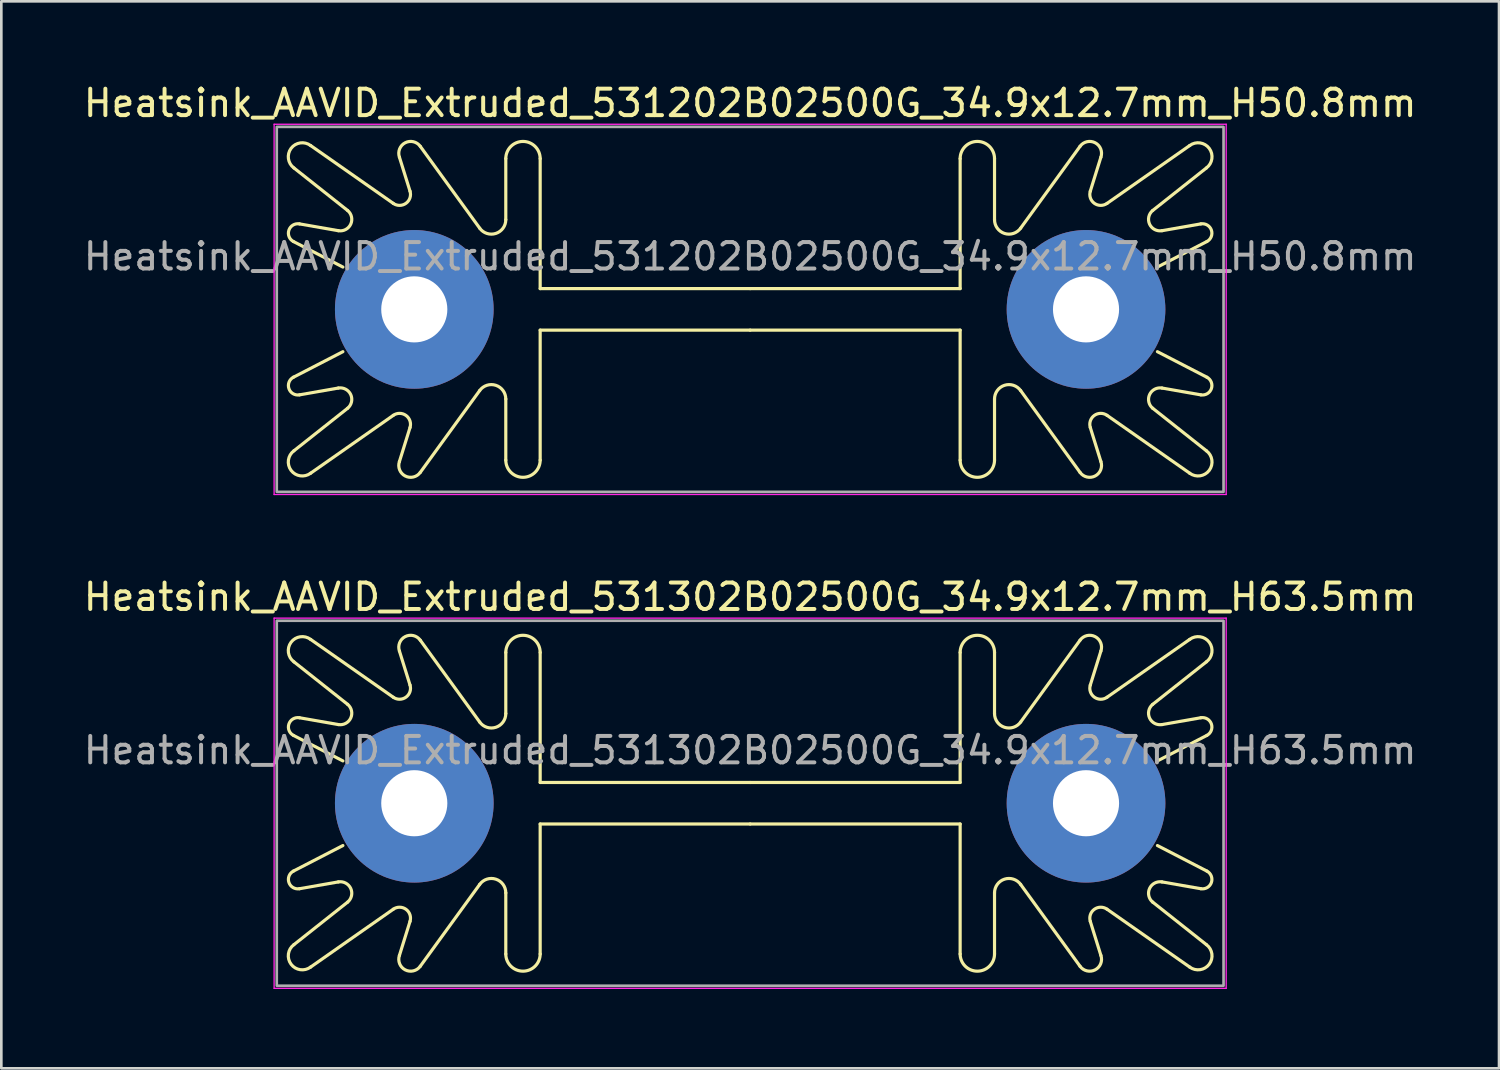
<source format=kicad_pcb>
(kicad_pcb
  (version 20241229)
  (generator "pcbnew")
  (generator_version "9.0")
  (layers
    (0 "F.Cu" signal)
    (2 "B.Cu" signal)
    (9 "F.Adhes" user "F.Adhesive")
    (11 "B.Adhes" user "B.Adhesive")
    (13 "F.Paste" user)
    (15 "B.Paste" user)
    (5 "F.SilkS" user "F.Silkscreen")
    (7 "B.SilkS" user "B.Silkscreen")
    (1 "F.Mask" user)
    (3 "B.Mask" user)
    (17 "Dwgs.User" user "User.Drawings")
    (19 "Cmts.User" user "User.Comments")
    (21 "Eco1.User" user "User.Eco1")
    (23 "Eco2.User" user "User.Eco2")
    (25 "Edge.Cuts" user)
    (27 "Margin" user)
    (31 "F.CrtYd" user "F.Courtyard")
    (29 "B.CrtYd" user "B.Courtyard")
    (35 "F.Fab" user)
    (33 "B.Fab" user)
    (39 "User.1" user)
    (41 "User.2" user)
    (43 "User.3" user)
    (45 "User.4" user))
  (footprint "Heatsink_AAVID_Extruded_531202B02500G_34.9x12.7mm_H50.8mm"
    (layer "F.Cu")
    (at 25.315 8.648)
    (property "Reference" "Heatsink_AAVID_Extruded_531202B02500G_34.9x12.7mm_H50.8mm" (at 0 -7.8 0) (layer "F.SilkS") (effects (font (size 1 1) (thickness 0.15))))
    (attr through_hole)
    (fp_line (start -17.251 -5.347) (end -15.22 -3.738) (stroke (width 0.12) (type default)) (layer "F.SilkS"))
    (fp_line (start -17.251 5.347) (end -15.22 3.738) (stroke (width 0.12) (type default)) (layer "F.SilkS"))
    (fp_line (start -17.041 -3.232) (end -15.573 -2.975) (stroke (width 0.12) (type default)) (layer "F.SilkS"))
    (fp_line (start -17.041 3.232) (end -15.573 2.975) (stroke (width 0.12) (type default)) (layer "F.SilkS"))
    (fp_line (start -16.62 -6.195) (end -13.494 -4.007) (stroke (width 0.12) (type default)) (layer "F.SilkS"))
    (fp_line (start -16.62 6.195) (end -13.494 4.007) (stroke (width 0.12) (type default)) (layer "F.SilkS"))
    (fp_line (start -15.4 -1.6) (end -17.269 -2.565) (stroke (width 0.12) (type default)) (layer "F.SilkS"))
    (fp_line (start -15.4 1.6) (end -17.269 2.565) (stroke (width 0.12) (type default)) (layer "F.SilkS"))
    (fp_line (start -13.262 -5.755) (end -12.861 -4.467) (stroke (width 0.12) (type default)) (layer "F.SilkS"))
    (fp_line (start -13.262 5.755) (end -12.861 4.467) (stroke (width 0.12) (type default)) (layer "F.SilkS"))
    (fp_line (start -12.474 -6.165) (end -10.227 -3.07) (stroke (width 0.12) (type default)) (layer "F.SilkS"))
    (fp_line (start -12.474 6.165) (end -10.227 3.07) (stroke (width 0.12) (type default)) (layer "F.SilkS"))
    (fp_line (start -9.24 -3.39) (end -9.24 -5.7) (stroke (width 0.12) (type default)) (layer "F.SilkS"))
    (fp_line (start -9.24 3.39) (end -9.24 5.7) (stroke (width 0.12) (type default)) (layer "F.SilkS"))
    (fp_line (start -7.94 -5.7) (end -7.94 -0.785) (stroke (width 0.12) (type default)) (layer "F.SilkS"))
    (fp_line (start -7.94 -0.785) (end 0 -0.785) (stroke (width 0.12) (type default)) (layer "F.SilkS"))
    (fp_line (start -7.94 0.785) (end 0 0.785) (stroke (width 0.12) (type default)) (layer "F.SilkS"))
    (fp_line (start -7.94 5.7) (end -7.94 0.785) (stroke (width 0.12) (type default)) (layer "F.SilkS"))
    (fp_line (start 7.94 -5.7) (end 7.94 -0.785) (stroke (width 0.12) (type default)) (layer "F.SilkS"))
    (fp_line (start 7.94 -0.785) (end 0 -0.785) (stroke (width 0.12) (type default)) (layer "F.SilkS"))
    (fp_line (start 7.94 0.785) (end 0 0.785) (stroke (width 0.12) (type default)) (layer "F.SilkS"))
    (fp_line (start 7.94 5.7) (end 7.94 0.785) (stroke (width 0.12) (type default)) (layer "F.SilkS"))
    (fp_line (start 9.24 -3.39) (end 9.24 -5.7) (stroke (width 0.12) (type default)) (layer "F.SilkS"))
    (fp_line (start 9.24 3.39) (end 9.24 5.7) (stroke (width 0.12) (type default)) (layer "F.SilkS"))
    (fp_line (start 12.474 -6.165) (end 10.227 -3.07) (stroke (width 0.12) (type default)) (layer "F.SilkS"))
    (fp_line (start 12.474 6.165) (end 10.227 3.07) (stroke (width 0.12) (type default)) (layer "F.SilkS"))
    (fp_line (start 13.262 -5.755) (end 12.861 -4.467) (stroke (width 0.12) (type default)) (layer "F.SilkS"))
    (fp_line (start 13.262 5.755) (end 12.861 4.467) (stroke (width 0.12) (type default)) (layer "F.SilkS"))
    (fp_line (start 15.4 -1.6) (end 17.269 -2.565) (stroke (width 0.12) (type default)) (layer "F.SilkS"))
    (fp_line (start 15.4 1.6) (end 17.269 2.565) (stroke (width 0.12) (type default)) (layer "F.SilkS"))
    (fp_line (start 16.62 -6.195) (end 13.494 -4.007) (stroke (width 0.12) (type default)) (layer "F.SilkS"))
    (fp_line (start 16.62 6.195) (end 13.494 4.007) (stroke (width 0.12) (type default)) (layer "F.SilkS"))
    (fp_line (start 17.041 -3.232) (end 15.573 -2.975) (stroke (width 0.12) (type default)) (layer "F.SilkS"))
    (fp_line (start 17.041 3.232) (end 15.573 2.975) (stroke (width 0.12) (type default)) (layer "F.SilkS"))
    (fp_line (start 17.251 -5.347) (end 15.22 -3.738) (stroke (width 0.12) (type default)) (layer "F.SilkS"))
    (fp_line (start 17.251 5.347) (end 15.22 3.738) (stroke (width 0.12) (type default)) (layer "F.SilkS"))
    (fp_arc (start -17.269214 -2.565036) (mid -17.440597 -2.996056) (end -17.041391 -3.232244) (stroke (width 0.12) (type default)) (layer "F.SilkS"))
    (fp_arc (start -17.251322 -5.347047) (mid -17.35513 -6.083544) (end -16.619722 -6.194806) (stroke (width 0.12) (type default)) (layer "F.SilkS"))
    (fp_arc (start -17.041391 3.232244) (mid -17.440597 2.996056) (end -17.269214 2.565036) (stroke (width 0.12) (type default)) (layer "F.SilkS"))
    (fp_arc (start -16.619722 6.194806) (mid -17.35513 6.083544) (end -17.251322 5.347047) (stroke (width 0.12) (type default)) (layer "F.SilkS"))
    (fp_arc (start -15.573285 2.975325) (mid -15.103475 3.221267) (end -15.220495 3.738486) (stroke (width 0.12) (type default)) (layer "F.SilkS"))
    (fp_arc (start -15.220495 -3.738486) (mid -15.103476 -3.221268) (end -15.573285 -2.975325) (stroke (width 0.12) (type default)) (layer "F.SilkS"))
    (fp_arc (start -13.494196 4.006938) (mid -13.013649 4.011159) (end -12.86112 4.466876) (stroke (width 0.12) (type default)) (layer "F.SilkS"))
    (fp_arc (start -13.262222 -5.754806) (mid -13.044559 -6.299541) (end -12.473631 -6.164803) (stroke (width 0.12) (type default)) (layer "F.SilkS"))
    (fp_arc (start -12.86112 -4.466876) (mid -13.013649 -4.011159) (end -13.494196 -4.006938) (stroke (width 0.12) (type default)) (layer "F.SilkS"))
    (fp_arc (start -12.473631 6.164803) (mid -13.044559 6.299541) (end -13.262222 5.754806) (stroke (width 0.12) (type default)) (layer "F.SilkS"))
    (fp_arc (start -10.227108 3.069551) (mid -9.617107 2.871094) (end -9.24 3.390015) (stroke (width 0.12) (type default)) (layer "F.SilkS"))
    (fp_arc (start -9.24 -5.700005) (mid -8.589998 -6.34999) (end -7.94 -5.7) (stroke (width 0.12) (type default)) (layer "F.SilkS"))
    (fp_arc (start -9.24 -3.390015) (mid -9.617106 -2.871091) (end -10.227108 -3.069551) (stroke (width 0.12) (type default)) (layer "F.SilkS"))
    (fp_arc (start -7.94 5.7) (mid -8.589998 6.34999) (end -9.24 5.700005) (stroke (width 0.12) (type default)) (layer "F.SilkS"))
    (fp_arc (start 7.94 -5.7) (mid 8.589997 -6.35) (end 9.24 -5.700005) (stroke (width 0.12) (type default)) (layer "F.SilkS"))
    (fp_arc (start 9.24 3.390015) (mid 9.617118 2.871065) (end 10.227108 3.069551) (stroke (width 0.12) (type default)) (layer "F.SilkS"))
    (fp_arc (start 9.24 5.700005) (mid 8.589998 6.35) (end 7.94 5.7) (stroke (width 0.12) (type default)) (layer "F.SilkS"))
    (fp_arc (start 10.227108 -3.069551) (mid 9.617136 -2.87112) (end 9.24 -3.390015) (stroke (width 0.12) (type default)) (layer "F.SilkS"))
    (fp_arc (start 12.473631 -6.164803) (mid 13.044573 -6.29957) (end 13.262222 -5.754806) (stroke (width 0.12) (type default)) (layer "F.SilkS"))
    (fp_arc (start 12.86112 4.466876) (mid 13.013648 4.011156) (end 13.494196 4.006938) (stroke (width 0.12) (type default)) (layer "F.SilkS"))
    (fp_arc (start 13.262222 5.754806) (mid 13.044557 6.299538) (end 12.473631 6.164803) (stroke (width 0.12) (type default)) (layer "F.SilkS"))
    (fp_arc (start 13.494196 -4.006938) (mid 13.013654 -4.011181) (end 12.86112 -4.466876) (stroke (width 0.12) (type default)) (layer "F.SilkS"))
    (fp_arc (start 15.220495 3.738486) (mid 15.103486 3.221284) (end 15.573285 2.975325) (stroke (width 0.12) (type default)) (layer "F.SilkS"))
    (fp_arc (start 15.573285 -2.975325) (mid 15.103462 -3.221272) (end 15.220495 -3.738486) (stroke (width 0.12) (type default)) (layer "F.SilkS"))
    (fp_arc (start 16.619722 -6.194806) (mid 17.355106 -6.08352) (end 17.251322 -5.347047) (stroke (width 0.12) (type default)) (layer "F.SilkS"))
    (fp_arc (start 17.041391 -3.232244) (mid 17.440636 -2.99603) (end 17.269214 -2.565036) (stroke (width 0.12) (type default)) (layer "F.SilkS"))
    (fp_arc (start 17.251322 5.347047) (mid 17.355097 6.083513) (end 16.619722 6.194806) (stroke (width 0.12) (type default)) (layer "F.SilkS"))
    (fp_arc (start 17.269214 2.565036) (mid 17.440597 2.996059) (end 17.041391 3.232244) (stroke (width 0.12) (type default)) (layer "F.SilkS"))
    (fp_line (start -18 -7) (end -18 7) (stroke (width 0.05) (type solid)) (layer "F.CrtYd"))
    (fp_line (start -18 -7) (end 18 -7) (stroke (width 0.05) (type solid)) (layer "F.CrtYd"))
    (fp_line (start 18 7) (end -18 7) (stroke (width 0.05) (type solid)) (layer "F.CrtYd"))
    (fp_line (start 18 7) (end 18 -7) (stroke (width 0.05) (type solid)) (layer "F.CrtYd"))
    (fp_rect (start -17.9 -6.9) (end 17.9 6.9) (stroke (width 0.1) (type default)) (fill no) (layer "F.Fab"))
    (fp_text user "${REFERENCE}" (at 0 -2 0) (layer "F.Fab") (effects (font (size 1 1) (thickness 0.15))))
    (pad "1" thru_hole circle (at -12.7 0) (size 6 6) (drill 2.5) (layers "*.Cu" "*.Mask"))
    (pad "1" thru_hole circle (at 12.7 0) (size 6 6) (drill 2.5) (layers "*.Cu" "*.Mask")))
  (footprint "Heatsink_AAVID_Extruded_531302B02500G_34.9x12.7mm_H63.5mm"
    (layer "F.Cu")
    (at 25.315 27.322)
    (property "Reference" "Heatsink_AAVID_Extruded_531302B02500G_34.9x12.7mm_H63.5mm" (at 0 -7.8 0) (layer "F.SilkS") (effects (font (size 1 1) (thickness 0.15))))
    (attr through_hole)
    (fp_line (start -17.251 -5.347) (end -15.22 -3.738) (stroke (width 0.12) (type default)) (layer "F.SilkS"))
    (fp_line (start -17.251 5.347) (end -15.22 3.738) (stroke (width 0.12) (type default)) (layer "F.SilkS"))
    (fp_line (start -17.041 -3.232) (end -15.573 -2.975) (stroke (width 0.12) (type default)) (layer "F.SilkS"))
    (fp_line (start -17.041 3.232) (end -15.573 2.975) (stroke (width 0.12) (type default)) (layer "F.SilkS"))
    (fp_line (start -16.62 -6.195) (end -13.494 -4.007) (stroke (width 0.12) (type default)) (layer "F.SilkS"))
    (fp_line (start -16.62 6.195) (end -13.494 4.007) (stroke (width 0.12) (type default)) (layer "F.SilkS"))
    (fp_line (start -15.4 -1.6) (end -17.269 -2.565) (stroke (width 0.12) (type default)) (layer "F.SilkS"))
    (fp_line (start -15.4 1.6) (end -17.269 2.565) (stroke (width 0.12) (type default)) (layer "F.SilkS"))
    (fp_line (start -13.262 -5.755) (end -12.861 -4.467) (stroke (width 0.12) (type default)) (layer "F.SilkS"))
    (fp_line (start -13.262 5.755) (end -12.861 4.467) (stroke (width 0.12) (type default)) (layer "F.SilkS"))
    (fp_line (start -12.474 -6.165) (end -10.227 -3.07) (stroke (width 0.12) (type default)) (layer "F.SilkS"))
    (fp_line (start -12.474 6.165) (end -10.227 3.07) (stroke (width 0.12) (type default)) (layer "F.SilkS"))
    (fp_line (start -9.24 -3.39) (end -9.24 -5.7) (stroke (width 0.12) (type default)) (layer "F.SilkS"))
    (fp_line (start -9.24 3.39) (end -9.24 5.7) (stroke (width 0.12) (type default)) (layer "F.SilkS"))
    (fp_line (start -7.94 -5.7) (end -7.94 -0.785) (stroke (width 0.12) (type default)) (layer "F.SilkS"))
    (fp_line (start -7.94 -0.785) (end 0 -0.785) (stroke (width 0.12) (type default)) (layer "F.SilkS"))
    (fp_line (start -7.94 0.785) (end 0 0.785) (stroke (width 0.12) (type default)) (layer "F.SilkS"))
    (fp_line (start -7.94 5.7) (end -7.94 0.785) (stroke (width 0.12) (type default)) (layer "F.SilkS"))
    (fp_line (start 7.94 -5.7) (end 7.94 -0.785) (stroke (width 0.12) (type default)) (layer "F.SilkS"))
    (fp_line (start 7.94 -0.785) (end 0 -0.785) (stroke (width 0.12) (type default)) (layer "F.SilkS"))
    (fp_line (start 7.94 0.785) (end 0 0.785) (stroke (width 0.12) (type default)) (layer "F.SilkS"))
    (fp_line (start 7.94 5.7) (end 7.94 0.785) (stroke (width 0.12) (type default)) (layer "F.SilkS"))
    (fp_line (start 9.24 -3.39) (end 9.24 -5.7) (stroke (width 0.12) (type default)) (layer "F.SilkS"))
    (fp_line (start 9.24 3.39) (end 9.24 5.7) (stroke (width 0.12) (type default)) (layer "F.SilkS"))
    (fp_line (start 12.474 -6.165) (end 10.227 -3.07) (stroke (width 0.12) (type default)) (layer "F.SilkS"))
    (fp_line (start 12.474 6.165) (end 10.227 3.07) (stroke (width 0.12) (type default)) (layer "F.SilkS"))
    (fp_line (start 13.262 -5.755) (end 12.861 -4.467) (stroke (width 0.12) (type default)) (layer "F.SilkS"))
    (fp_line (start 13.262 5.755) (end 12.861 4.467) (stroke (width 0.12) (type default)) (layer "F.SilkS"))
    (fp_line (start 15.4 -1.6) (end 17.269 -2.565) (stroke (width 0.12) (type default)) (layer "F.SilkS"))
    (fp_line (start 15.4 1.6) (end 17.269 2.565) (stroke (width 0.12) (type default)) (layer "F.SilkS"))
    (fp_line (start 16.62 -6.195) (end 13.494 -4.007) (stroke (width 0.12) (type default)) (layer "F.SilkS"))
    (fp_line (start 16.62 6.195) (end 13.494 4.007) (stroke (width 0.12) (type default)) (layer "F.SilkS"))
    (fp_line (start 17.041 -3.232) (end 15.573 -2.975) (stroke (width 0.12) (type default)) (layer "F.SilkS"))
    (fp_line (start 17.041 3.232) (end 15.573 2.975) (stroke (width 0.12) (type default)) (layer "F.SilkS"))
    (fp_line (start 17.251 -5.347) (end 15.22 -3.738) (stroke (width 0.12) (type default)) (layer "F.SilkS"))
    (fp_line (start 17.251 5.347) (end 15.22 3.738) (stroke (width 0.12) (type default)) (layer "F.SilkS"))
    (fp_arc (start -17.269214 -2.565036) (mid -17.440597 -2.996056) (end -17.041391 -3.232244) (stroke (width 0.12) (type default)) (layer "F.SilkS"))
    (fp_arc (start -17.251322 -5.347047) (mid -17.35513 -6.083544) (end -16.619722 -6.194806) (stroke (width 0.12) (type default)) (layer "F.SilkS"))
    (fp_arc (start -17.041391 3.232244) (mid -17.440597 2.996056) (end -17.269214 2.565036) (stroke (width 0.12) (type default)) (layer "F.SilkS"))
    (fp_arc (start -16.619722 6.194806) (mid -17.35513 6.083544) (end -17.251322 5.347047) (stroke (width 0.12) (type default)) (layer "F.SilkS"))
    (fp_arc (start -15.573285 2.975325) (mid -15.103475 3.221267) (end -15.220495 3.738486) (stroke (width 0.12) (type default)) (layer "F.SilkS"))
    (fp_arc (start -15.220495 -3.738486) (mid -15.103476 -3.221268) (end -15.573285 -2.975325) (stroke (width 0.12) (type default)) (layer "F.SilkS"))
    (fp_arc (start -13.494196 4.006938) (mid -13.013649 4.011159) (end -12.86112 4.466876) (stroke (width 0.12) (type default)) (layer "F.SilkS"))
    (fp_arc (start -13.262222 -5.754806) (mid -13.044559 -6.299541) (end -12.473631 -6.164803) (stroke (width 0.12) (type default)) (layer "F.SilkS"))
    (fp_arc (start -12.86112 -4.466876) (mid -13.013649 -4.011159) (end -13.494196 -4.006938) (stroke (width 0.12) (type default)) (layer "F.SilkS"))
    (fp_arc (start -12.473631 6.164803) (mid -13.044559 6.299541) (end -13.262222 5.754806) (stroke (width 0.12) (type default)) (layer "F.SilkS"))
    (fp_arc (start -10.227108 3.069551) (mid -9.617107 2.871094) (end -9.24 3.390015) (stroke (width 0.12) (type default)) (layer "F.SilkS"))
    (fp_arc (start -9.24 -5.700005) (mid -8.589998 -6.34999) (end -7.94 -5.7) (stroke (width 0.12) (type default)) (layer "F.SilkS"))
    (fp_arc (start -9.24 -3.390015) (mid -9.617106 -2.871091) (end -10.227108 -3.069551) (stroke (width 0.12) (type default)) (layer "F.SilkS"))
    (fp_arc (start -7.94 5.7) (mid -8.589998 6.34999) (end -9.24 5.700005) (stroke (width 0.12) (type default)) (layer "F.SilkS"))
    (fp_arc (start 7.94 -5.7) (mid 8.589997 -6.35) (end 9.24 -5.700005) (stroke (width 0.12) (type default)) (layer "F.SilkS"))
    (fp_arc (start 9.24 3.390015) (mid 9.617118 2.871065) (end 10.227108 3.069551) (stroke (width 0.12) (type default)) (layer "F.SilkS"))
    (fp_arc (start 9.24 5.700005) (mid 8.589998 6.35) (end 7.94 5.7) (stroke (width 0.12) (type default)) (layer "F.SilkS"))
    (fp_arc (start 10.227108 -3.069551) (mid 9.617136 -2.87112) (end 9.24 -3.390015) (stroke (width 0.12) (type default)) (layer "F.SilkS"))
    (fp_arc (start 12.473631 -6.164803) (mid 13.044573 -6.29957) (end 13.262222 -5.754806) (stroke (width 0.12) (type default)) (layer "F.SilkS"))
    (fp_arc (start 12.86112 4.466876) (mid 13.013648 4.011156) (end 13.494196 4.006938) (stroke (width 0.12) (type default)) (layer "F.SilkS"))
    (fp_arc (start 13.262222 5.754806) (mid 13.044557 6.299538) (end 12.473631 6.164803) (stroke (width 0.12) (type default)) (layer "F.SilkS"))
    (fp_arc (start 13.494196 -4.006938) (mid 13.013654 -4.011181) (end 12.86112 -4.466876) (stroke (width 0.12) (type default)) (layer "F.SilkS"))
    (fp_arc (start 15.220495 3.738486) (mid 15.103486 3.221284) (end 15.573285 2.975325) (stroke (width 0.12) (type default)) (layer "F.SilkS"))
    (fp_arc (start 15.573285 -2.975325) (mid 15.103462 -3.221272) (end 15.220495 -3.738486) (stroke (width 0.12) (type default)) (layer "F.SilkS"))
    (fp_arc (start 16.619722 -6.194806) (mid 17.355106 -6.08352) (end 17.251322 -5.347047) (stroke (width 0.12) (type default)) (layer "F.SilkS"))
    (fp_arc (start 17.041391 -3.232244) (mid 17.440636 -2.99603) (end 17.269214 -2.565036) (stroke (width 0.12) (type default)) (layer "F.SilkS"))
    (fp_arc (start 17.251322 5.347047) (mid 17.355097 6.083513) (end 16.619722 6.194806) (stroke (width 0.12) (type default)) (layer "F.SilkS"))
    (fp_arc (start 17.269214 2.565036) (mid 17.440597 2.996059) (end 17.041391 3.232244) (stroke (width 0.12) (type default)) (layer "F.SilkS"))
    (fp_line (start -18 -7) (end -18 7) (stroke (width 0.05) (type solid)) (layer "F.CrtYd"))
    (fp_line (start -18 -7) (end 18 -7) (stroke (width 0.05) (type solid)) (layer "F.CrtYd"))
    (fp_line (start 18 7) (end -18 7) (stroke (width 0.05) (type solid)) (layer "F.CrtYd"))
    (fp_line (start 18 7) (end 18 -7) (stroke (width 0.05) (type solid)) (layer "F.CrtYd"))
    (fp_rect (start -17.9 -6.9) (end 17.9 6.9) (stroke (width 0.1) (type default)) (fill no) (layer "F.Fab"))
    (fp_text user "${REFERENCE}" (at 0 -2 0) (layer "F.Fab") (effects (font (size 1 1) (thickness 0.15))))
    (pad "1" thru_hole circle (at -12.7 0) (size 6 6) (drill 2.5) (layers "*.Cu" "*.Mask"))
    (pad "1" thru_hole circle (at 12.7 0) (size 6 6) (drill 2.5) (layers "*.Cu" "*.Mask")))
  (gr_rect
    (start -3 -3)
    (end 53.631 37.346)
    (stroke (width 0.1) (type default))
    (fill no)
    (layer "Edge.Cuts")))
</source>
